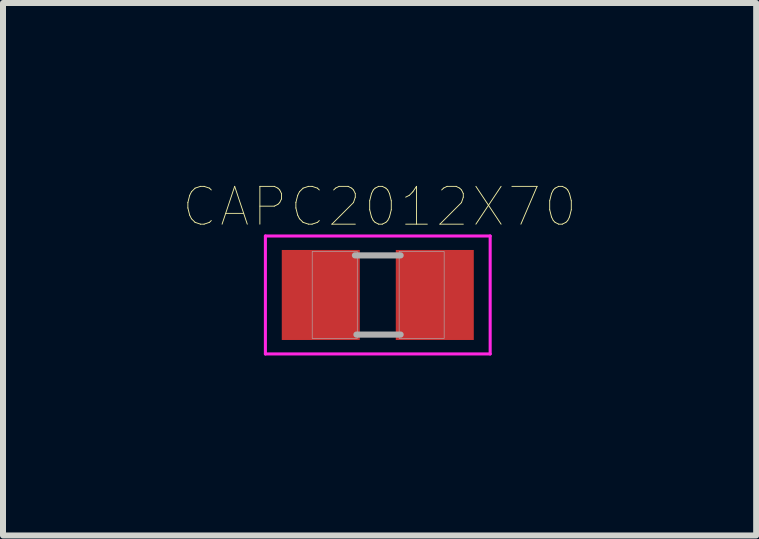
<source format=kicad_pcb>
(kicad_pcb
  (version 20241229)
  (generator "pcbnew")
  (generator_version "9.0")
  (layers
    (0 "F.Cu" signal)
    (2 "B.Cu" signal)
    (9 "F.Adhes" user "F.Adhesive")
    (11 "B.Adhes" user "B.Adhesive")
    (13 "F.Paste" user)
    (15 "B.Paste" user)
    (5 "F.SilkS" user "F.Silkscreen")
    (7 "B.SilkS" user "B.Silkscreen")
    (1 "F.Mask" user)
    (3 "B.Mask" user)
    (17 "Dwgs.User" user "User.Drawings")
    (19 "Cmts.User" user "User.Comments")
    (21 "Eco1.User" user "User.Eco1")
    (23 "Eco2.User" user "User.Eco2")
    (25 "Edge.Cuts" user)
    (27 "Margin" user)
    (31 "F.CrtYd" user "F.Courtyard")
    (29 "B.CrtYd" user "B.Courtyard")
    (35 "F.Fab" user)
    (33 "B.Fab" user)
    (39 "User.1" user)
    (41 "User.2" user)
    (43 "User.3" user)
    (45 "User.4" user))
  (footprint "CAPC2012X70"
    (layer "F.Cu")
    (at 3.246 1.866)
    (property "Reference" "CAPC2012X70" (at 0.03 -1.471 0) (layer "F.SilkS") (effects (font (size 0.63 0.63) (thickness 0.015))))
    (attr through_hole)
    (fp_line (start -1.873 -0.983) (end 1.873 -0.983) (stroke (width 0.051) (type solid)) (layer "F.CrtYd"))
    (fp_line (start -1.873 0.983) (end -1.873 -0.983) (stroke (width 0.051) (type solid)) (layer "F.CrtYd"))
    (fp_line (start 1.873 -0.983) (end 1.873 0.983) (stroke (width 0.051) (type solid)) (layer "F.CrtYd"))
    (fp_line (start 1.873 0.983) (end -1.873 0.983) (stroke (width 0.051) (type solid)) (layer "F.CrtYd"))
    (fp_line (start -0.381 -0.66) (end 0.381 -0.66) (stroke (width 0.102) (type solid)) (layer "F.Fab"))
    (fp_line (start -0.356 0.66) (end 0.381 0.66) (stroke (width 0.102) (type solid)) (layer "F.Fab"))
    (fp_poly (pts (xy -1.093 -0.726) (xy -0.342 -0.726) (xy -0.342 0.724) (xy -1.093 0.724)) (stroke (width 0.01) (type solid)) (fill no) (layer "F.Fab"))
    (fp_poly (pts (xy 0.356 -0.726) (xy 1.106 -0.726) (xy 1.106 0.725) (xy 0.356 0.725)) (stroke (width 0.01) (type solid)) (fill no) (layer "F.Fab"))
    (pad "1" smd rect (at -0.95 0) (size 1.3 1.5) (layers "F.Cu" "F.Mask" "F.Paste"))
    (pad "2" smd rect (at 0.95 0) (size 1.3 1.5) (layers "F.Cu" "F.Mask" "F.Paste")))
  (gr_rect
    (start -3 -3)
    (end 9.552 5.874)
    (stroke (width 0.1) (type default))
    (fill no)
    (layer "Edge.Cuts")))
</source>
